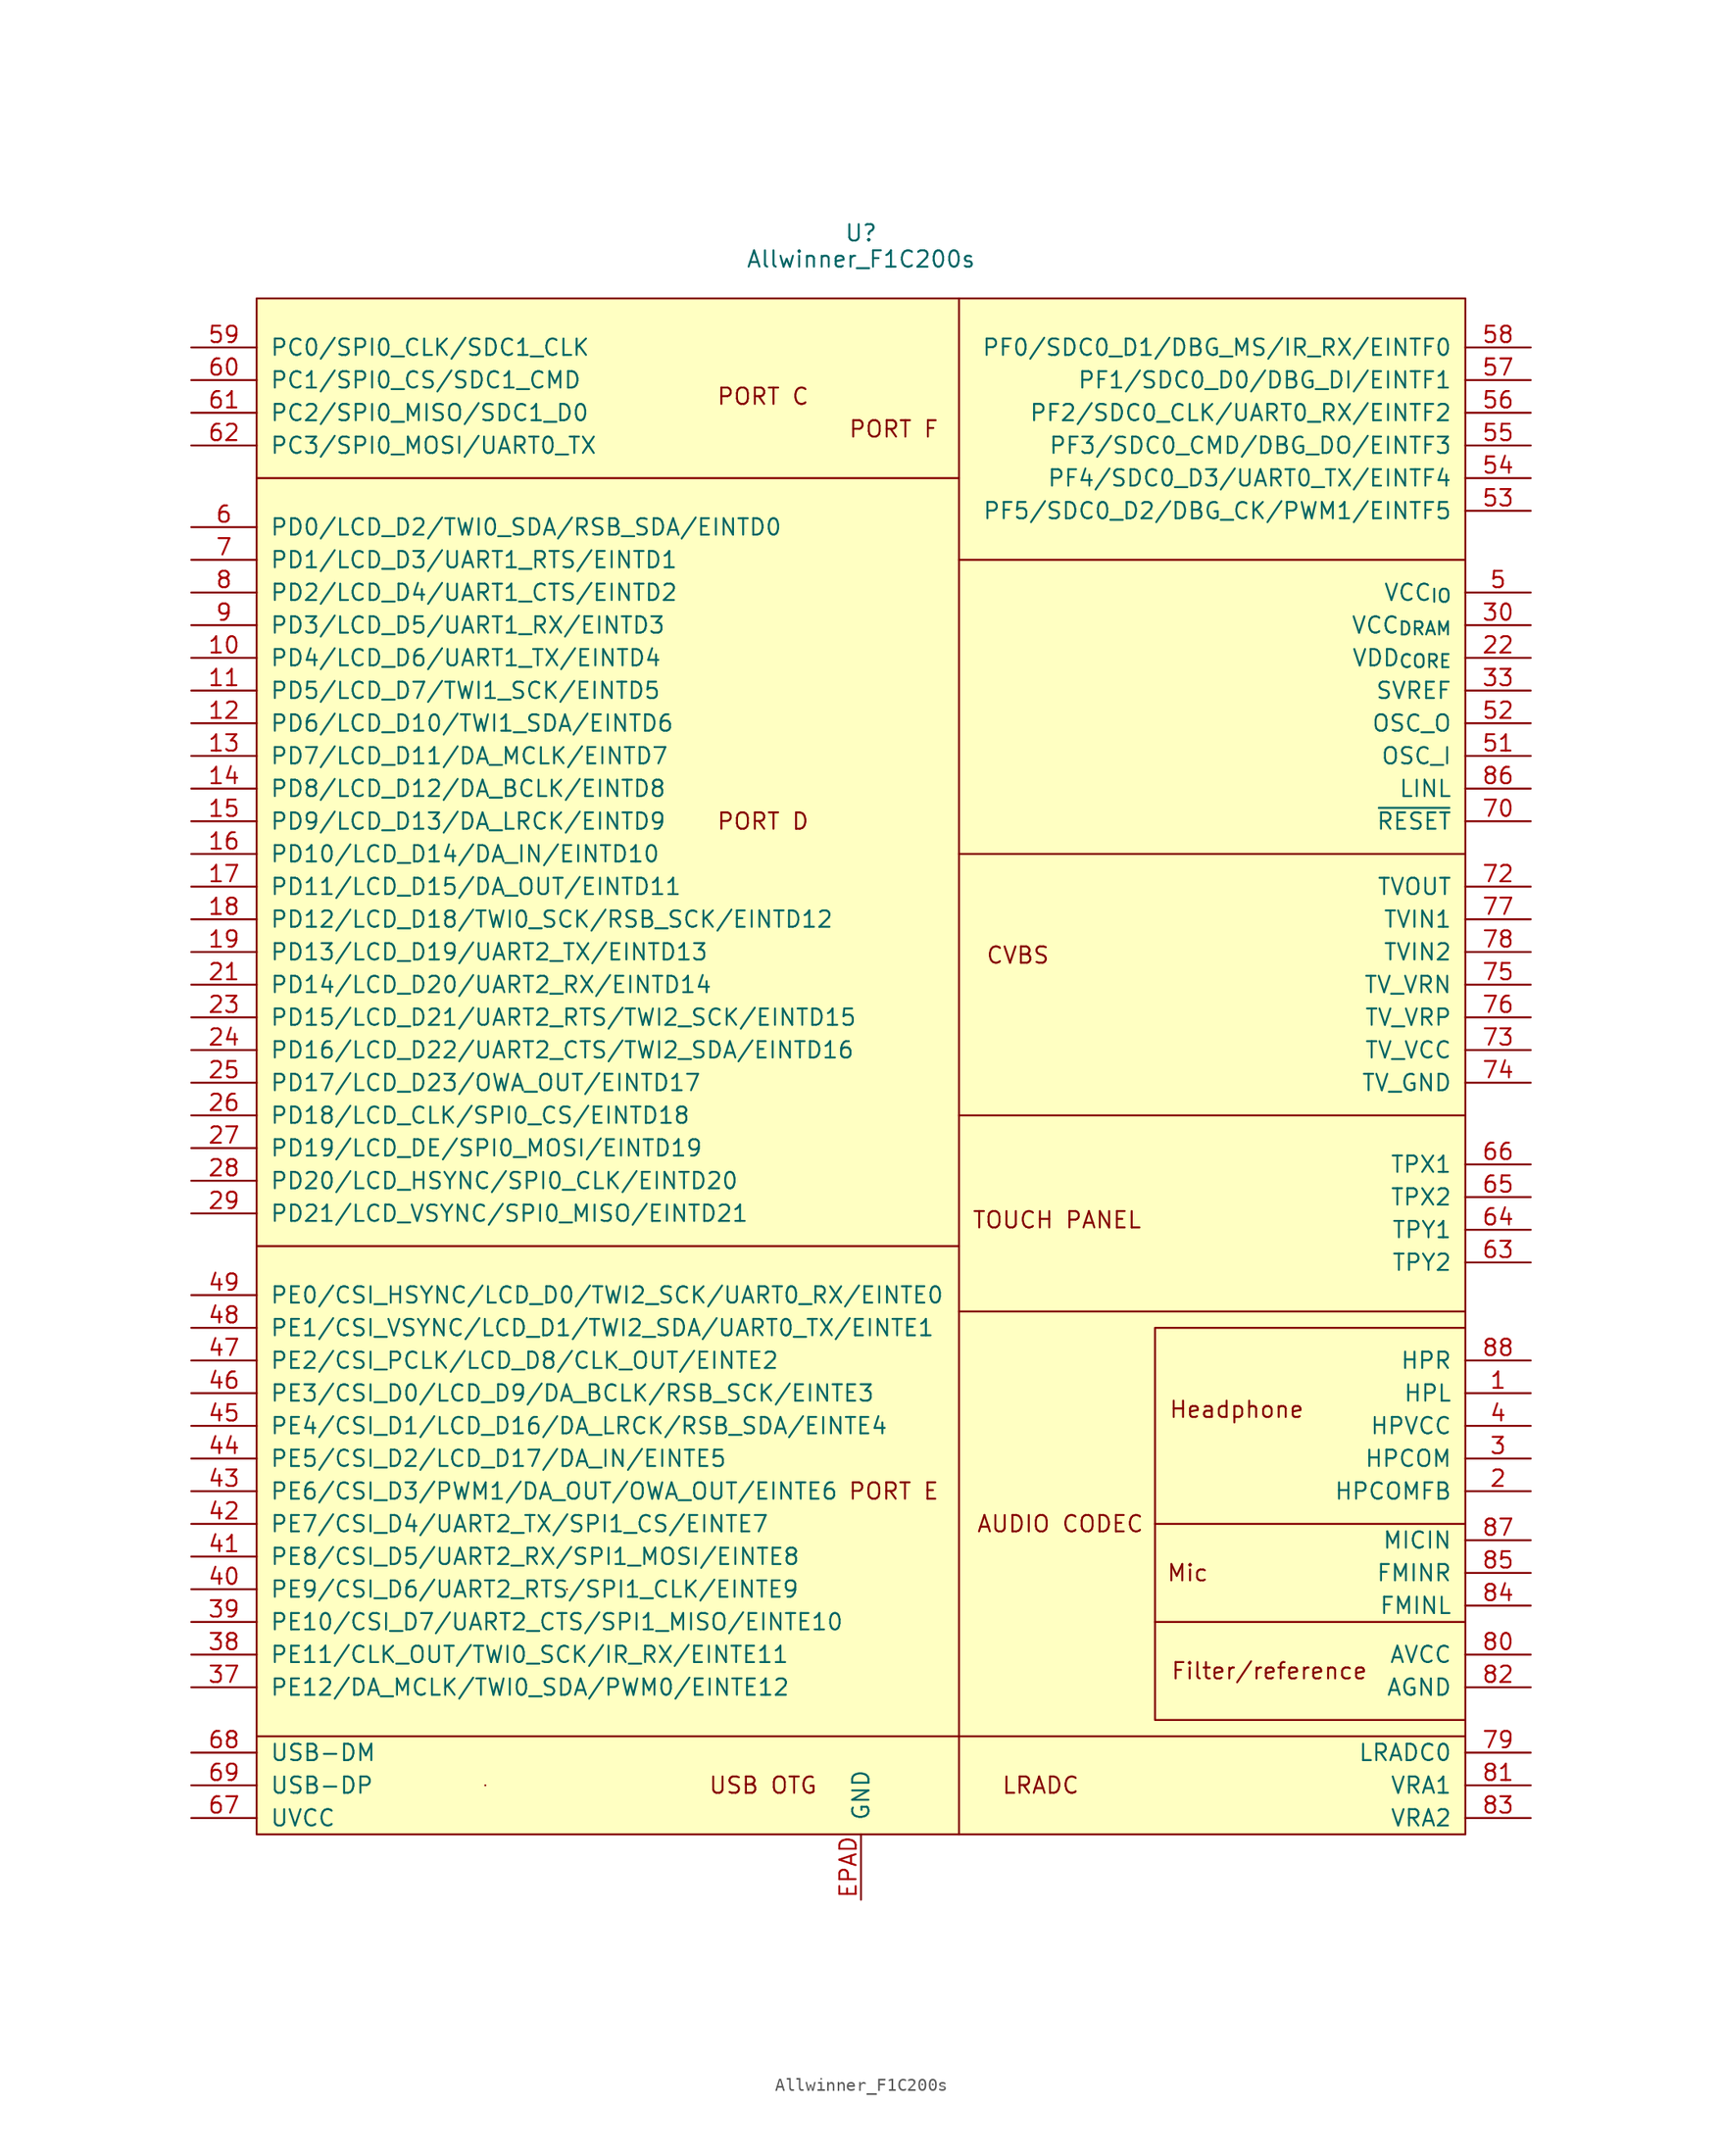
<source format=kicad_sym>
(kicad_symbol_lib
  (version 20241209)
  (generator "kicad_symbol_editor")
  (generator_version "9.0")
  (symbol "Allwinner_F1C200s"
    (pin_names
      (offset 1.016))
    (property "Reference" "U"
      (at 0 64.77 0)
      (effects (font (size 1.27 1.27))))
    (property "Value" "Allwinner_F1C200s"
      (at 0 62.738 0)
      (effects (font (size 1.27 1.27))))
    (symbol "Allwinner_F1C200s_1_1"
      (rectangle (start -46.99 59.69) (end 46.99 -59.69) (stroke (width 0) (type solid)) (fill (type background)))
      (polyline (pts (xy -46.99 45.72) (xy 7.62 45.72)) (stroke (width 0) (type solid)) (fill (type none)))
      (polyline (pts (xy -46.99 -13.97) (xy 7.62 -13.97)) (stroke (width 0) (type solid)) (fill (type none)))
      (polyline (pts (xy -46.99 -52.07) (xy 7.62 -52.07)) (stroke (width 0) (type solid)) (fill (type none)))
      (rectangle (start -29.21 -55.88) (end -29.21 -55.88) (stroke (width 0) (type solid)) (fill (type none)))
      (rectangle (start -22.86 -40.64) (end -22.86 -40.64) (stroke (width 0) (type solid)) (fill (type none)))
      (polyline (pts (xy 7.62 -52.07) (xy 46.99 -52.07)) (stroke (width 0) (type solid)) (fill (type none)))
      (polyline (pts (xy 7.62 -59.69) (xy 7.62 59.69)) (stroke (width 0) (type solid)) (fill (type none)))
      (polyline (pts (xy 46.99 39.37) (xy 7.62 39.37)) (stroke (width 0) (type solid)) (fill (type none)))
      (polyline (pts (xy 46.99 16.51) (xy 7.62 16.51)) (stroke (width 0) (type solid)) (fill (type none)))
      (polyline (pts (xy 46.99 -3.81) (xy 7.62 -3.81)) (stroke (width 0) (type solid)) (fill (type none)))
      (polyline (pts (xy 46.99 -19.05) (xy 7.62 -19.05)) (stroke (width 0) (type solid)) (fill (type none)))
      (polyline (pts (xy 46.99 -20.32) (xy 22.86 -20.32) (xy 22.86 -50.8) (xy 46.99 -50.8)) (stroke (width 0) (type solid)) (fill (type none)))
      (polyline (pts (xy 46.99 -35.56) (xy 22.86 -35.56)) (stroke (width 0) (type solid)) (fill (type none)))
      (polyline (pts (xy 46.99 -43.18) (xy 22.86 -43.18)) (stroke (width 0) (type solid)) (fill (type none)))
      (text "PORT C" (at -7.62 52.07 0) (effects (font (size 1.27 1.27))))
      (text "PORT D" (at -7.62 19.05 0) (effects (font (size 1.27 1.27))))
      (text "USB OTG" (at -7.62 -55.88 0) (effects (font (size 1.27 1.27))))
      (text "PORT F" (at 2.54 49.53 0) (effects (font (size 1.27 1.27))))
      (text "PORT E" (at 2.54 -33.02 0) (effects (font (size 1.27 1.27))))
      (text "CVBS" (at 12.192 8.636 0) (effects (font (size 1.27 1.27))))
      (text "LRADC" (at 13.97 -55.88 0) (effects (font (size 1.27 1.27))))
      (text "TOUCH PANEL" (at 15.24 -11.938 0) (effects (font (size 1.27 1.27))))
      (text "AUDIO CODEC" (at 15.494 -35.56 0) (effects (font (size 1.27 1.27))))
      (text "Mic" (at 25.4 -39.37 0) (effects (font (size 1.27 1.27))))
      (text "Headphone" (at 29.21 -26.67 0) (effects (font (size 1.27 1.27))))
      (text "Filter/reference" (at 31.75 -46.99 0) (effects (font (size 1.27 1.27))))
      (pin bidirectional line (at -52.07 55.88 0) (length 5.08) (name "PC0/SPI0_CLK/SDC1_CLK" (effects (font (size 1.27 1.27)))) (number "59" (effects (font (size 1.27 1.27)))))
      (pin bidirectional line (at -52.07 53.34 0) (length 5.08) (name "PC1/SPI0_CS/SDC1_CMD" (effects (font (size 1.27 1.27)))) (number "60" (effects (font (size 1.27 1.27)))))
      (pin bidirectional line (at -52.07 50.8 0) (length 5.08) (name "PC2/SPI0_MISO/SDC1_D0" (effects (font (size 1.27 1.27)))) (number "61" (effects (font (size 1.27 1.27)))))
      (pin bidirectional line (at -52.07 48.26 0) (length 5.08) (name "PC3/SPI0_MOSI/UART0_TX" (effects (font (size 1.27 1.27)))) (number "62" (effects (font (size 1.27 1.27)))))
      (pin bidirectional line (at -52.07 41.91 0) (length 5.08) (name "PD0/LCD_D2/TWI0_SDA/RSB_SDA/EINTD0" (effects (font (size 1.27 1.27)))) (number "6" (effects (font (size 1.27 1.27)))))
      (pin bidirectional line (at -52.07 39.37 0) (length 5.08) (name "PD1/LCD_D3/UART1_RTS/EINTD1" (effects (font (size 1.27 1.27)))) (number "7" (effects (font (size 1.27 1.27)))))
      (pin bidirectional line (at -52.07 36.83 0) (length 5.08) (name "PD2/LCD_D4/UART1_CTS/EINTD2" (effects (font (size 1.27 1.27)))) (number "8" (effects (font (size 1.27 1.27)))))
      (pin bidirectional line (at -52.07 34.29 0) (length 5.08) (name "PD3/LCD_D5/UART1_RX/EINTD3" (effects (font (size 1.27 1.27)))) (number "9" (effects (font (size 1.27 1.27)))))
      (pin bidirectional line (at -52.07 31.75 0) (length 5.08) (name "PD4/LCD_D6/UART1_TX/EINTD4" (effects (font (size 1.27 1.27)))) (number "10" (effects (font (size 1.27 1.27)))))
      (pin bidirectional line (at -52.07 29.21 0) (length 5.08) (name "PD5/LCD_D7/TWI1_SCK/EINTD5" (effects (font (size 1.27 1.27)))) (number "11" (effects (font (size 1.27 1.27)))))
      (pin bidirectional line (at -52.07 26.67 0) (length 5.08) (name "PD6/LCD_D10/TWI1_SDA/EINTD6" (effects (font (size 1.27 1.27)))) (number "12" (effects (font (size 1.27 1.27)))))
      (pin bidirectional line (at -52.07 24.13 0) (length 5.08) (name "PD7/LCD_D11/DA_MCLK/EINTD7" (effects (font (size 1.27 1.27)))) (number "13" (effects (font (size 1.27 1.27)))))
      (pin bidirectional line (at -52.07 21.59 0) (length 5.08) (name "PD8/LCD_D12/DA_BCLK/EINTD8" (effects (font (size 1.27 1.27)))) (number "14" (effects (font (size 1.27 1.27)))))
      (pin bidirectional line (at -52.07 19.05 0) (length 5.08) (name "PD9/LCD_D13/DA_LRCK/EINTD9" (effects (font (size 1.27 1.27)))) (number "15" (effects (font (size 1.27 1.27)))))
      (pin bidirectional line (at -52.07 16.51 0) (length 5.08) (name "PD10/LCD_D14/DA_IN/EINTD10" (effects (font (size 1.27 1.27)))) (number "16" (effects (font (size 1.27 1.27)))))
      (pin bidirectional line (at -52.07 13.97 0) (length 5.08) (name "PD11/LCD_D15/DA_OUT/EINTD11" (effects (font (size 1.27 1.27)))) (number "17" (effects (font (size 1.27 1.27)))))
      (pin bidirectional line (at -52.07 11.43 0) (length 5.08) (name "PD12/LCD_D18/TWI0_SCK/RSB_SCK/EINTD12" (effects (font (size 1.27 1.27)))) (number "18" (effects (font (size 1.27 1.27)))))
      (pin bidirectional line (at -52.07 8.89 0) (length 5.08) (name "PD13/LCD_D19/UART2_TX/EINTD13" (effects (font (size 1.27 1.27)))) (number "19" (effects (font (size 1.27 1.27)))))
      (pin bidirectional line (at -52.07 6.35 0) (length 5.08) (name "PD14/LCD_D20/UART2_RX/EINTD14" (effects (font (size 1.27 1.27)))) (number "21" (effects (font (size 1.27 1.27)))))
      (pin bidirectional line (at -52.07 3.81 0) (length 5.08) (name "PD15/LCD_D21/UART2_RTS/TWI2_SCK/EINTD15" (effects (font (size 1.27 1.27)))) (number "23" (effects (font (size 1.27 1.27)))))
      (pin bidirectional line (at -52.07 1.27 0) (length 5.08) (name "PD16/LCD_D22/UART2_CTS/TWI2_SDA/EINTD16" (effects (font (size 1.27 1.27)))) (number "24" (effects (font (size 1.27 1.27)))))
      (pin bidirectional line (at -52.07 -1.27 0) (length 5.08) (name "PD17/LCD_D23/OWA_OUT/EINTD17" (effects (font (size 1.27 1.27)))) (number "25" (effects (font (size 1.27 1.27)))))
      (pin bidirectional line (at -52.07 -3.81 0) (length 5.08) (name "PD18/LCD_CLK/SPI0_CS/EINTD18" (effects (font (size 1.27 1.27)))) (number "26" (effects (font (size 1.27 1.27)))))
      (pin bidirectional line (at -52.07 -6.35 0) (length 5.08) (name "PD19/LCD_DE/SPI0_MOSI/EINTD19" (effects (font (size 1.27 1.27)))) (number "27" (effects (font (size 1.27 1.27)))))
      (pin bidirectional line (at -52.07 -8.89 0) (length 5.08) (name "PD20/LCD_HSYNC/SPI0_CLK/EINTD20" (effects (font (size 1.27 1.27)))) (number "28" (effects (font (size 1.27 1.27)))))
      (pin bidirectional line (at -52.07 -11.43 0) (length 5.08) (name "PD21/LCD_VSYNC/SPI0_MISO/EINTD21" (effects (font (size 1.27 1.27)))) (number "29" (effects (font (size 1.27 1.27)))))
      (pin bidirectional line (at -52.07 -17.78 0) (length 5.08) (name "PE0/CSI_HSYNC/LCD_D0/TWI2_SCK/UART0_RX/EINTE0" (effects (font (size 1.27 1.27)))) (number "49" (effects (font (size 1.27 1.27)))))
      (pin bidirectional line (at -52.07 -20.32 0) (length 5.08) (name "PE1/CSI_VSYNC/LCD_D1/TWI2_SDA/UART0_TX/EINTE1" (effects (font (size 1.27 1.27)))) (number "48" (effects (font (size 1.27 1.27)))))
      (pin bidirectional line (at -52.07 -22.86 0) (length 5.08) (name "PE2/CSI_PCLK/LCD_D8/CLK_OUT/EINTE2" (effects (font (size 1.27 1.27)))) (number "47" (effects (font (size 1.27 1.27)))))
      (pin bidirectional line (at -52.07 -25.4 0) (length 5.08) (name "PE3/CSI_D0/LCD_D9/DA_BCLK/RSB_SCK/EINTE3" (effects (font (size 1.27 1.27)))) (number "46" (effects (font (size 1.27 1.27)))))
      (pin bidirectional line (at -52.07 -27.94 0) (length 5.08) (name "PE4/CSI_D1/LCD_D16/DA_LRCK/RSB_SDA/EINTE4" (effects (font (size 1.27 1.27)))) (number "45" (effects (font (size 1.27 1.27)))))
      (pin bidirectional line (at -52.07 -30.48 0) (length 5.08) (name "PE5/CSI_D2/LCD_D17/DA_IN/EINTE5" (effects (font (size 1.27 1.27)))) (number "44" (effects (font (size 1.27 1.27)))))
      (pin bidirectional line (at -52.07 -33.02 0) (length 5.08) (name "PE6/CSI_D3/PWM1/DA_OUT/OWA_OUT/EINTE6" (effects (font (size 1.27 1.27)))) (number "43" (effects (font (size 1.27 1.27)))))
      (pin bidirectional line (at -52.07 -35.56 0) (length 5.08) (name "PE7/CSI_D4/UART2_TX/SPI1_CS/EINTE7" (effects (font (size 1.27 1.27)))) (number "42" (effects (font (size 1.27 1.27)))))
      (pin bidirectional line (at -52.07 -38.1 0) (length 5.08) (name "PE8/CSI_D5/UART2_RX/SPI1_MOSI/EINTE8" (effects (font (size 1.27 1.27)))) (number "41" (effects (font (size 1.27 1.27)))))
      (pin bidirectional line (at -52.07 -40.64 0) (length 5.08) (name "PE9/CSI_D6/UART2_RTS/SPI1_CLK/EINTE9" (effects (font (size 1.27 1.27)))) (number "40" (effects (font (size 1.27 1.27)))))
      (pin bidirectional line (at -52.07 -43.18 0) (length 5.08) (name "PE10/CSI_D7/UART2_CTS/SPI1_MISO/EINTE10" (effects (font (size 1.27 1.27)))) (number "39" (effects (font (size 1.27 1.27)))))
      (pin bidirectional line (at -52.07 -45.72 0) (length 5.08) (name "PE11/CLK_OUT/TWI0_SCK/IR_RX/EINTE11" (effects (font (size 1.27 1.27)))) (number "38" (effects (font (size 1.27 1.27)))))
      (pin bidirectional line (at -52.07 -48.26 0) (length 5.08) (name "PE12/DA_MCLK/TWI0_SDA/PWM0/EINTE12" (effects (font (size 1.27 1.27)))) (number "37" (effects (font (size 1.27 1.27)))))
      (pin bidirectional line (at -52.07 -53.34 0) (length 5.08) (name "USB-DM" (effects (font (size 1.27 1.27)))) (number "68" (effects (font (size 1.27 1.27)))))
      (pin bidirectional line (at -52.07 -55.88 0) (length 5.08) (name "USB-DP" (effects (font (size 1.27 1.27)))) (number "69" (effects (font (size 1.27 1.27)))))
      (pin power_in line (at -52.07 -58.42 0) (length 5.08) (name "UVCC" (effects (font (size 1.27 1.27)))) (number "67" (effects (font (size 1.27 1.27)))))
      (pin power_in line (at 0 -64.77 90) (length 5.08) (name "GND" (effects (font (size 1.27 1.27)))) (number "EPAD" (effects (font (size 1.27 1.27)))))
      (pin bidirectional line (at 52.07 55.88 180) (length 5.08) (name "PF0/SDC0_D1/DBG_MS/IR_RX/EINTF0" (effects (font (size 1.27 1.27)))) (number "58" (effects (font (size 1.27 1.27)))))
      (pin bidirectional line (at 52.07 53.34 180) (length 5.08) (name "PF1/SDC0_D0/DBG_DI/EINTF1" (effects (font (size 1.27 1.27)))) (number "57" (effects (font (size 1.27 1.27)))))
      (pin bidirectional line (at 52.07 50.8 180) (length 5.08) (name "PF2/SDC0_CLK/UART0_RX/EINTF2" (effects (font (size 1.27 1.27)))) (number "56" (effects (font (size 1.27 1.27)))))
      (pin bidirectional line (at 52.07 48.26 180) (length 5.08) (name "PF3/SDC0_CMD/DBG_DO/EINTF3" (effects (font (size 1.27 1.27)))) (number "55" (effects (font (size 1.27 1.27)))))
      (pin bidirectional line (at 52.07 45.72 180) (length 5.08) (name "PF4/SDC0_D3/UART0_TX/EINTF4" (effects (font (size 1.27 1.27)))) (number "54" (effects (font (size 1.27 1.27)))))
      (pin bidirectional line (at 52.07 43.18 180) (length 5.08) (name "PF5/SDC0_D2/DBG_CK/PWM1/EINTF5" (effects (font (size 1.27 1.27)))) (number "53" (effects (font (size 1.27 1.27)))))
      (pin power_in line (at 52.07 36.83 180) (length 5.08) (hide yes) (name "VCC_{IO}" (effects (font (size 1.27 1.27)))) (number "20" (effects (font (size 1.27 1.27)))))
      (pin power_in line (at 52.07 36.83 180) (length 5.08) (name "VCC_{IO}" (effects (font (size 1.27 1.27)))) (number "5" (effects (font (size 1.27 1.27)))))
      (pin power_in line (at 52.07 36.83 180) (length 5.08) (hide yes) (name "VCC_{IO}" (effects (font (size 1.27 1.27)))) (number "50" (effects (font (size 1.27 1.27)))))
      (pin power_in line (at 52.07 34.29 180) (length 5.08) (name "VCC_{DRAM}" (effects (font (size 1.27 1.27)))) (number "30" (effects (font (size 1.27 1.27)))))
      (pin power_in line (at 52.07 34.29 180) (length 5.08) (hide yes) (name "VCC_{DRAM}" (effects (font (size 1.27 1.27)))) (number "31" (effects (font (size 1.27 1.27)))))
      (pin power_in line (at 52.07 34.29 180) (length 5.08) (hide yes) (name "VCC_{DRAM}" (effects (font (size 1.27 1.27)))) (number "32" (effects (font (size 1.27 1.27)))))
      (pin power_in line (at 52.07 34.29 180) (length 5.08) (hide yes) (name "VCC_{DRAM}" (effects (font (size 1.27 1.27)))) (number "34" (effects (font (size 1.27 1.27)))))
      (pin power_in line (at 52.07 34.29 180) (length 5.08) (hide yes) (name "VCC_{DRAM}" (effects (font (size 1.27 1.27)))) (number "36" (effects (font (size 1.27 1.27)))))
      (pin power_in line (at 52.07 31.75 180) (length 5.08) (name "VDD_{CORE}" (effects (font (size 1.27 1.27)))) (number "22" (effects (font (size 1.27 1.27)))))
      (pin power_in line (at 52.07 31.75 180) (length 5.08) (hide yes) (name "VDD_{CORE}" (effects (font (size 1.27 1.27)))) (number "35" (effects (font (size 1.27 1.27)))))
      (pin power_in line (at 52.07 31.75 180) (length 5.08) (hide yes) (name "VDD_{CORE}" (effects (font (size 1.27 1.27)))) (number "71" (effects (font (size 1.27 1.27)))))
      (pin power_in line (at 52.07 29.21 180) (length 5.08) (name "SVREF" (effects (font (size 1.27 1.27)))) (number "33" (effects (font (size 1.27 1.27)))))
      (pin output line (at 52.07 26.67 180) (length 5.08) (name "OSC_O" (effects (font (size 1.27 1.27)))) (number "52" (effects (font (size 1.27 1.27)))))
      (pin input line (at 52.07 24.13 180) (length 5.08) (name "OSC_I" (effects (font (size 1.27 1.27)))) (number "51" (effects (font (size 1.27 1.27)))))
      (pin input line (at 52.07 21.59 180) (length 5.08) (name "LINL" (effects (font (size 1.27 1.27)))) (number "86" (effects (font (size 1.27 1.27)))))
      (pin input line (at 52.07 19.05 180) (length 5.08) (name "~{RESET}" (effects (font (size 1.27 1.27)))) (number "70" (effects (font (size 1.27 1.27)))))
      (pin output line (at 52.07 13.97 180) (length 5.08) (name "TVOUT" (effects (font (size 1.27 1.27)))) (number "72" (effects (font (size 1.27 1.27)))))
      (pin input line (at 52.07 11.43 180) (length 5.08) (name "TVIN1" (effects (font (size 1.27 1.27)))) (number "77" (effects (font (size 1.27 1.27)))))
      (pin input line (at 52.07 8.89 180) (length 5.08) (name "TVIN2" (effects (font (size 1.27 1.27)))) (number "78" (effects (font (size 1.27 1.27)))))
      (pin input line (at 52.07 6.35 180) (length 5.08) (name "TV_VRN" (effects (font (size 1.27 1.27)))) (number "75" (effects (font (size 1.27 1.27)))))
      (pin input line (at 52.07 3.81 180) (length 5.08) (name "TV_VRP" (effects (font (size 1.27 1.27)))) (number "76" (effects (font (size 1.27 1.27)))))
      (pin power_in line (at 52.07 1.27 180) (length 5.08) (name "TV_VCC" (effects (font (size 1.27 1.27)))) (number "73" (effects (font (size 1.27 1.27)))))
      (pin power_in line (at 52.07 -1.27 180) (length 5.08) (name "TV_GND" (effects (font (size 1.27 1.27)))) (number "74" (effects (font (size 1.27 1.27)))))
      (pin input line (at 52.07 -7.62 180) (length 5.08) (name "TPX1" (effects (font (size 1.27 1.27)))) (number "66" (effects (font (size 1.27 1.27)))))
      (pin input line (at 52.07 -10.16 180) (length 5.08) (name "TPX2" (effects (font (size 1.27 1.27)))) (number "65" (effects (font (size 1.27 1.27)))))
      (pin input line (at 52.07 -12.7 180) (length 5.08) (name "TPY1" (effects (font (size 1.27 1.27)))) (number "64" (effects (font (size 1.27 1.27)))))
      (pin input line (at 52.07 -15.24 180) (length 5.08) (name "TPY2" (effects (font (size 1.27 1.27)))) (number "63" (effects (font (size 1.27 1.27)))))
      (pin output line (at 52.07 -22.86 180) (length 5.08) (name "HPR" (effects (font (size 1.27 1.27)))) (number "88" (effects (font (size 1.27 1.27)))))
      (pin output line (at 52.07 -25.4 180) (length 5.08) (name "HPL" (effects (font (size 1.27 1.27)))) (number "1" (effects (font (size 1.27 1.27)))))
      (pin power_in line (at 52.07 -27.94 180) (length 5.08) (name "HPVCC" (effects (font (size 1.27 1.27)))) (number "4" (effects (font (size 1.27 1.27)))))
      (pin input line (at 52.07 -30.48 180) (length 5.08) (name "HPCOM" (effects (font (size 1.27 1.27)))) (number "3" (effects (font (size 1.27 1.27)))))
      (pin input line (at 52.07 -33.02 180) (length 5.08) (name "HPCOMFB" (effects (font (size 1.27 1.27)))) (number "2" (effects (font (size 1.27 1.27)))))
      (pin input line (at 52.07 -36.83 180) (length 5.08) (name "MICIN" (effects (font (size 1.27 1.27)))) (number "87" (effects (font (size 1.27 1.27)))))
      (pin input line (at 52.07 -39.37 180) (length 5.08) (name "FMINR" (effects (font (size 1.27 1.27)))) (number "85" (effects (font (size 1.27 1.27)))))
      (pin input line (at 52.07 -41.91 180) (length 5.08) (name "FMINL" (effects (font (size 1.27 1.27)))) (number "84" (effects (font (size 1.27 1.27)))))
      (pin power_in line (at 52.07 -45.72 180) (length 5.08) (name "AVCC" (effects (font (size 1.27 1.27)))) (number "80" (effects (font (size 1.27 1.27)))))
      (pin power_in line (at 52.07 -48.26 180) (length 5.08) (name "AGND" (effects (font (size 1.27 1.27)))) (number "82" (effects (font (size 1.27 1.27)))))
      (pin input line (at 52.07 -53.34 180) (length 5.08) (name "LRADC0" (effects (font (size 1.27 1.27)))) (number "79" (effects (font (size 1.27 1.27)))))
      (pin input line (at 52.07 -55.88 180) (length 5.08) (name "VRA1" (effects (font (size 1.27 1.27)))) (number "81" (effects (font (size 1.27 1.27)))))
      (pin input line (at 52.07 -58.42 180) (length 5.08) (name "VRA2" (effects (font (size 1.27 1.27)))) (number "83" (effects (font (size 1.27 1.27))))))))
</source>
